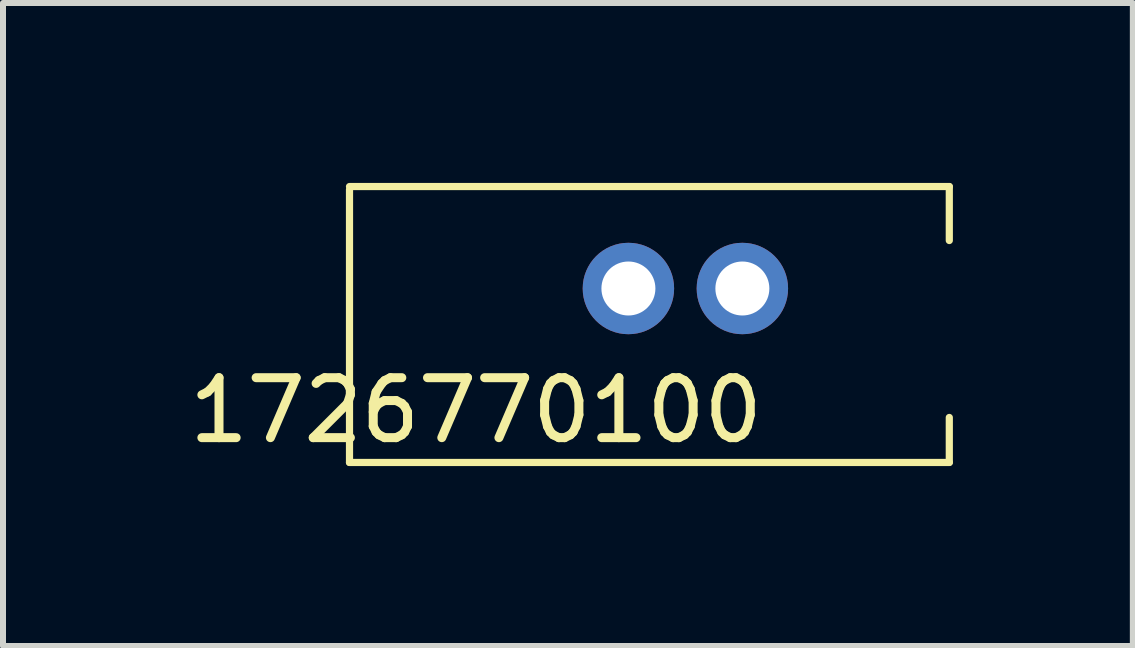
<source format=kicad_pcb>
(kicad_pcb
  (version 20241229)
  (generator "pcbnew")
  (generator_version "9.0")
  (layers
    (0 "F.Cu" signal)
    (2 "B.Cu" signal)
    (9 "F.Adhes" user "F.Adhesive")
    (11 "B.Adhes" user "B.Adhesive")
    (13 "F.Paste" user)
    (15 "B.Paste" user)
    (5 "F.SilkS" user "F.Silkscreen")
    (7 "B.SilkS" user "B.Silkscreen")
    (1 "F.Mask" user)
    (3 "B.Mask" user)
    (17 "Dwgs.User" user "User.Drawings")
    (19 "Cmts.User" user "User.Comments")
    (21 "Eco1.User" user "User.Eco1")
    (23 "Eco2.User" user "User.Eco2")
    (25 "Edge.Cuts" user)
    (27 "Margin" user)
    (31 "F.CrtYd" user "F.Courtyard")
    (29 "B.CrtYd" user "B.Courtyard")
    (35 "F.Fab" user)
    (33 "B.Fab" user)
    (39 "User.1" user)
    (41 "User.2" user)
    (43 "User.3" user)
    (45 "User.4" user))
  (footprint "1726770100"
    (layer "F.Cu")
    (at 7.427 1.76)
    (property "Reference" "1726770100" (at -2.54 2.032 0) (unlocked yes) (layer "F.SilkS") (effects (font (size 1 1) (thickness 0.15))))
    (attr through_hole)
    (fp_line (start -4.65 -1.7) (end 5.35 -1.7) (stroke (width 0.12) (type default)) (layer "F.SilkS"))
    (fp_line (start -4.65 2.9) (end -4.65 -1.65) (stroke (width 0.12) (type default)) (layer "F.SilkS"))
    (fp_line (start 5.35 -1.7) (end 5.35 -0.8) (stroke (width 0.12) (type default)) (layer "F.SilkS"))
    (fp_line (start 5.35 2.15) (end 5.35 2.9) (stroke (width 0.12) (type default)) (layer "F.SilkS"))
    (fp_line (start 5.35 2.9) (end -4.65 2.9) (stroke (width 0.12) (type default)) (layer "F.SilkS"))
    (pad "1" thru_hole circle (at 0 0) (size 1.524 1.524) (drill 0.9) (layers "*.Cu" "*.Mask"))
    (pad "1" thru_hole circle (at 1.9 0) (size 1.524 1.524) (drill 0.9) (layers "*.Cu" "*.Mask")))
  (gr_rect
    (start -3 -3)
    (end 15.837 7.72)
    (stroke (width 0.1) (type default))
    (fill no)
    (layer "Edge.Cuts")))
</source>
